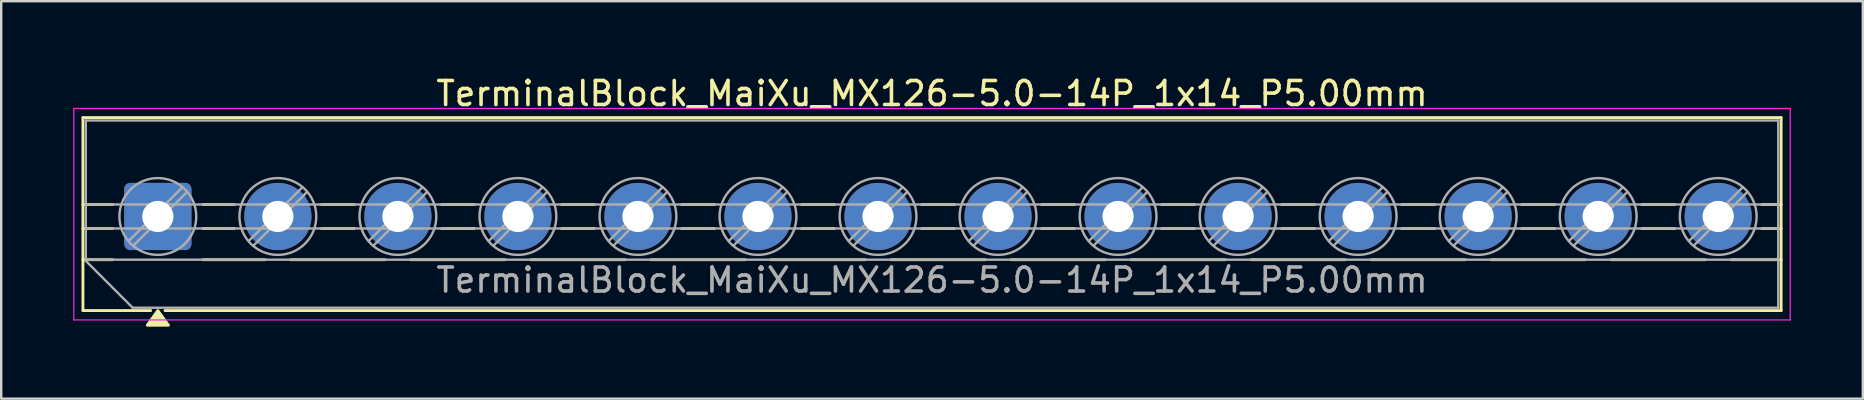
<source format=kicad_pcb>
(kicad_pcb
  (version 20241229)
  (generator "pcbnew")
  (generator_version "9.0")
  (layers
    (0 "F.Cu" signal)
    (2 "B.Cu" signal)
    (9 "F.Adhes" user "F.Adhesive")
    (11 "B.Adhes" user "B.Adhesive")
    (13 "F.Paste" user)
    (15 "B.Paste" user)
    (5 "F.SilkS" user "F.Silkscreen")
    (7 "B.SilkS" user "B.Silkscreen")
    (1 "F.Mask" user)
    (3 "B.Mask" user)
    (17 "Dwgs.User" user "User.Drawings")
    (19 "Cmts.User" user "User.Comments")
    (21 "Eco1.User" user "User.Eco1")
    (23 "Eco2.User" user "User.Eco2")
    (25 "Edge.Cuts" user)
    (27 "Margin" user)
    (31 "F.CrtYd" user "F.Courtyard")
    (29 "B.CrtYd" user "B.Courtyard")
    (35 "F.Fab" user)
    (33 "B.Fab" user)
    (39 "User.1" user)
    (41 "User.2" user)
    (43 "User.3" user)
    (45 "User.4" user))
  (footprint "TerminalBlock_MaiXu_MX126-5.0-14P_1x14_P5.00mm"
    (layer "F.Cu")
    (at 3.525 5.968)
    (property "Reference" "TerminalBlock_MaiXu_MX126-5.0-14P_1x14_P5.00mm" (at 32.25 -5.12 0) (layer "F.SilkS") (effects (font (size 1 1) (thickness 0.15))))
    (attr through_hole)
    (fp_line (start -3.12 -4.12) (end -3.12 3.92) (stroke (width 0.12) (type solid)) (layer "F.SilkS"))
    (fp_line (start -3.12 -4.12) (end 67.62 -4.12) (stroke (width 0.12) (type solid)) (layer "F.SilkS"))
    (fp_line (start -3.12 -0.5) (end -1.88 -0.5) (stroke (width 0.12) (type solid)) (layer "F.SilkS"))
    (fp_line (start -3.12 0.5) (end -1.88 0.5) (stroke (width 0.12) (type solid)) (layer "F.SilkS"))
    (fp_line (start -3.12 1.8) (end -1.88 1.8) (stroke (width 0.12) (type solid)) (layer "F.SilkS"))
    (fp_line (start -3.12 3.92) (end -0.3 3.92) (stroke (width 0.12) (type solid)) (layer "F.SilkS"))
    (fp_line (start 0.3 3.92) (end 67.62 3.92) (stroke (width 0.12) (type solid)) (layer "F.SilkS"))
    (fp_line (start 1.88 -0.5) (end 3.188 -0.5) (stroke (width 0.12) (type solid)) (layer "F.SilkS"))
    (fp_line (start 1.88 0.5) (end 3.188 0.5) (stroke (width 0.12) (type solid)) (layer "F.SilkS"))
    (fp_line (start 1.88 1.8) (end 4.457 1.8) (stroke (width 0.12) (type solid)) (layer "F.SilkS"))
    (fp_line (start 5.543 1.8) (end 9.457 1.8) (stroke (width 0.12) (type solid)) (layer "F.SilkS"))
    (fp_line (start 6.812 -0.5) (end 8.188 -0.5) (stroke (width 0.12) (type solid)) (layer "F.SilkS"))
    (fp_line (start 6.812 0.5) (end 8.188 0.5) (stroke (width 0.12) (type solid)) (layer "F.SilkS"))
    (fp_line (start 10.543 1.8) (end 14.457 1.8) (stroke (width 0.12) (type solid)) (layer "F.SilkS"))
    (fp_line (start 11.812 -0.5) (end 13.188 -0.5) (stroke (width 0.12) (type solid)) (layer "F.SilkS"))
    (fp_line (start 11.812 0.5) (end 13.188 0.5) (stroke (width 0.12) (type solid)) (layer "F.SilkS"))
    (fp_line (start 15.543 1.8) (end 19.457 1.8) (stroke (width 0.12) (type solid)) (layer "F.SilkS"))
    (fp_line (start 16.812 -0.5) (end 18.188 -0.5) (stroke (width 0.12) (type solid)) (layer "F.SilkS"))
    (fp_line (start 16.812 0.5) (end 18.188 0.5) (stroke (width 0.12) (type solid)) (layer "F.SilkS"))
    (fp_line (start 20.543 1.8) (end 24.457 1.8) (stroke (width 0.12) (type solid)) (layer "F.SilkS"))
    (fp_line (start 21.812 -0.5) (end 23.188 -0.5) (stroke (width 0.12) (type solid)) (layer "F.SilkS"))
    (fp_line (start 21.812 0.5) (end 23.188 0.5) (stroke (width 0.12) (type solid)) (layer "F.SilkS"))
    (fp_line (start 25.543 1.8) (end 29.457 1.8) (stroke (width 0.12) (type solid)) (layer "F.SilkS"))
    (fp_line (start 26.812 -0.5) (end 28.188 -0.5) (stroke (width 0.12) (type solid)) (layer "F.SilkS"))
    (fp_line (start 26.812 0.5) (end 28.188 0.5) (stroke (width 0.12) (type solid)) (layer "F.SilkS"))
    (fp_line (start 30.543 1.8) (end 34.457 1.8) (stroke (width 0.12) (type solid)) (layer "F.SilkS"))
    (fp_line (start 31.812 -0.5) (end 33.188 -0.5) (stroke (width 0.12) (type solid)) (layer "F.SilkS"))
    (fp_line (start 31.812 0.5) (end 33.188 0.5) (stroke (width 0.12) (type solid)) (layer "F.SilkS"))
    (fp_line (start 35.543 1.8) (end 39.457 1.8) (stroke (width 0.12) (type solid)) (layer "F.SilkS"))
    (fp_line (start 36.812 -0.5) (end 38.188 -0.5) (stroke (width 0.12) (type solid)) (layer "F.SilkS"))
    (fp_line (start 36.812 0.5) (end 38.188 0.5) (stroke (width 0.12) (type solid)) (layer "F.SilkS"))
    (fp_line (start 40.543 1.8) (end 44.457 1.8) (stroke (width 0.12) (type solid)) (layer "F.SilkS"))
    (fp_line (start 41.812 -0.5) (end 43.188 -0.5) (stroke (width 0.12) (type solid)) (layer "F.SilkS"))
    (fp_line (start 41.812 0.5) (end 43.188 0.5) (stroke (width 0.12) (type solid)) (layer "F.SilkS"))
    (fp_line (start 45.543 1.8) (end 49.457 1.8) (stroke (width 0.12) (type solid)) (layer "F.SilkS"))
    (fp_line (start 46.812 -0.5) (end 48.188 -0.5) (stroke (width 0.12) (type solid)) (layer "F.SilkS"))
    (fp_line (start 46.812 0.5) (end 48.188 0.5) (stroke (width 0.12) (type solid)) (layer "F.SilkS"))
    (fp_line (start 50.543 1.8) (end 54.457 1.8) (stroke (width 0.12) (type solid)) (layer "F.SilkS"))
    (fp_line (start 51.812 -0.5) (end 53.188 -0.5) (stroke (width 0.12) (type solid)) (layer "F.SilkS"))
    (fp_line (start 51.812 0.5) (end 53.188 0.5) (stroke (width 0.12) (type solid)) (layer "F.SilkS"))
    (fp_line (start 55.543 1.8) (end 59.457 1.8) (stroke (width 0.12) (type solid)) (layer "F.SilkS"))
    (fp_line (start 56.812 -0.5) (end 58.188 -0.5) (stroke (width 0.12) (type solid)) (layer "F.SilkS"))
    (fp_line (start 56.812 0.5) (end 58.188 0.5) (stroke (width 0.12) (type solid)) (layer "F.SilkS"))
    (fp_line (start 60.543 1.8) (end 64.457 1.8) (stroke (width 0.12) (type solid)) (layer "F.SilkS"))
    (fp_line (start 61.812 -0.5) (end 63.188 -0.5) (stroke (width 0.12) (type solid)) (layer "F.SilkS"))
    (fp_line (start 61.812 0.5) (end 63.188 0.5) (stroke (width 0.12) (type solid)) (layer "F.SilkS"))
    (fp_line (start 65.543 1.8) (end 67.62 1.8) (stroke (width 0.12) (type solid)) (layer "F.SilkS"))
    (fp_line (start 66.812 -0.5) (end 67.62 -0.5) (stroke (width 0.12) (type solid)) (layer "F.SilkS"))
    (fp_line (start 66.812 0.5) (end 67.62 0.5) (stroke (width 0.12) (type solid)) (layer "F.SilkS"))
    (fp_line (start 67.62 -4.12) (end 67.62 3.92) (stroke (width 0.12) (type solid)) (layer "F.SilkS"))
    (fp_poly (pts (xy 0 3.92) (xy 0.44 4.53) (xy -0.44 4.53)) (stroke (width 0.12) (type solid)) (fill yes) (layer "F.SilkS"))
    (fp_line (start -3.5 -4.5) (end -3.5 4.31) (stroke (width 0.05) (type solid)) (layer "F.CrtYd"))
    (fp_line (start -3.5 4.31) (end 68 4.31) (stroke (width 0.05) (type solid)) (layer "F.CrtYd"))
    (fp_line (start 68 -4.5) (end -3.5 -4.5) (stroke (width 0.05) (type solid)) (layer "F.CrtYd"))
    (fp_line (start 68 4.31) (end 68 -4.5) (stroke (width 0.05) (type solid)) (layer "F.CrtYd"))
    (fp_line (start -3 -4) (end 67.5 -4) (stroke (width 0.1) (type solid)) (layer "F.Fab"))
    (fp_line (start -3 -0.5) (end 67.5 -0.5) (stroke (width 0.1) (type solid)) (layer "F.Fab"))
    (fp_line (start -3 0.5) (end 67.5 0.5) (stroke (width 0.1) (type solid)) (layer "F.Fab"))
    (fp_line (start -3 1.8) (end 67.5 1.8) (stroke (width 0.1) (type solid)) (layer "F.Fab"))
    (fp_line (start -3 1.85) (end -3 -4) (stroke (width 0.1) (type solid)) (layer "F.Fab"))
    (fp_line (start -1.05 3.8) (end -3 1.85) (stroke (width 0.1) (type solid)) (layer "F.Fab"))
    (fp_line (start 1.018 -1.213) (end -1.213 1.018) (stroke (width 0.1) (type solid)) (layer "F.Fab"))
    (fp_line (start 1.213 -1.018) (end -1.018 1.213) (stroke (width 0.1) (type solid)) (layer "F.Fab"))
    (fp_line (start 6.018 -1.213) (end 3.787 1.018) (stroke (width 0.1) (type solid)) (layer "F.Fab"))
    (fp_line (start 6.213 -1.018) (end 3.982 1.213) (stroke (width 0.1) (type solid)) (layer "F.Fab"))
    (fp_line (start 11.018 -1.213) (end 8.787 1.018) (stroke (width 0.1) (type solid)) (layer "F.Fab"))
    (fp_line (start 11.213 -1.018) (end 8.982 1.213) (stroke (width 0.1) (type solid)) (layer "F.Fab"))
    (fp_line (start 16.018 -1.213) (end 13.787 1.018) (stroke (width 0.1) (type solid)) (layer "F.Fab"))
    (fp_line (start 16.213 -1.018) (end 13.982 1.213) (stroke (width 0.1) (type solid)) (layer "F.Fab"))
    (fp_line (start 21.018 -1.213) (end 18.787 1.018) (stroke (width 0.1) (type solid)) (layer "F.Fab"))
    (fp_line (start 21.213 -1.018) (end 18.982 1.213) (stroke (width 0.1) (type solid)) (layer "F.Fab"))
    (fp_line (start 26.018 -1.213) (end 23.787 1.018) (stroke (width 0.1) (type solid)) (layer "F.Fab"))
    (fp_line (start 26.213 -1.018) (end 23.982 1.213) (stroke (width 0.1) (type solid)) (layer "F.Fab"))
    (fp_line (start 31.018 -1.213) (end 28.787 1.018) (stroke (width 0.1) (type solid)) (layer "F.Fab"))
    (fp_line (start 31.213 -1.018) (end 28.982 1.213) (stroke (width 0.1) (type solid)) (layer "F.Fab"))
    (fp_line (start 36.018 -1.213) (end 33.787 1.018) (stroke (width 0.1) (type solid)) (layer "F.Fab"))
    (fp_line (start 36.213 -1.018) (end 33.982 1.213) (stroke (width 0.1) (type solid)) (layer "F.Fab"))
    (fp_line (start 41.018 -1.213) (end 38.787 1.018) (stroke (width 0.1) (type solid)) (layer "F.Fab"))
    (fp_line (start 41.213 -1.018) (end 38.982 1.213) (stroke (width 0.1) (type solid)) (layer "F.Fab"))
    (fp_line (start 46.018 -1.213) (end 43.787 1.018) (stroke (width 0.1) (type solid)) (layer "F.Fab"))
    (fp_line (start 46.213 -1.018) (end 43.982 1.213) (stroke (width 0.1) (type solid)) (layer "F.Fab"))
    (fp_line (start 51.018 -1.213) (end 48.787 1.018) (stroke (width 0.1) (type solid)) (layer "F.Fab"))
    (fp_line (start 51.213 -1.018) (end 48.982 1.213) (stroke (width 0.1) (type solid)) (layer "F.Fab"))
    (fp_line (start 56.018 -1.213) (end 53.787 1.018) (stroke (width 0.1) (type solid)) (layer "F.Fab"))
    (fp_line (start 56.213 -1.018) (end 53.982 1.213) (stroke (width 0.1) (type solid)) (layer "F.Fab"))
    (fp_line (start 61.018 -1.213) (end 58.787 1.018) (stroke (width 0.1) (type solid)) (layer "F.Fab"))
    (fp_line (start 61.213 -1.018) (end 58.982 1.213) (stroke (width 0.1) (type solid)) (layer "F.Fab"))
    (fp_line (start 66.018 -1.213) (end 63.787 1.018) (stroke (width 0.1) (type solid)) (layer "F.Fab"))
    (fp_line (start 66.213 -1.018) (end 63.982 1.213) (stroke (width 0.1) (type solid)) (layer "F.Fab"))
    (fp_line (start 67.5 -4) (end 67.5 3.8) (stroke (width 0.1) (type solid)) (layer "F.Fab"))
    (fp_line (start 67.5 3.8) (end -1.05 3.8) (stroke (width 0.1) (type solid)) (layer "F.Fab"))
    (fp_circle (center 0 0) (end 1.6 0) (stroke (width 0.1) (type solid)) (fill no) (layer "F.Fab"))
    (fp_circle (center 5 0) (end 6.6 0) (stroke (width 0.1) (type solid)) (fill no) (layer "F.Fab"))
    (fp_circle (center 10 0) (end 11.6 0) (stroke (width 0.1) (type solid)) (fill no) (layer "F.Fab"))
    (fp_circle (center 15 0) (end 16.6 0) (stroke (width 0.1) (type solid)) (fill no) (layer "F.Fab"))
    (fp_circle (center 20 0) (end 21.6 0) (stroke (width 0.1) (type solid)) (fill no) (layer "F.Fab"))
    (fp_circle (center 25 0) (end 26.6 0) (stroke (width 0.1) (type solid)) (fill no) (layer "F.Fab"))
    (fp_circle (center 30 0) (end 31.6 0) (stroke (width 0.1) (type solid)) (fill no) (layer "F.Fab"))
    (fp_circle (center 35 0) (end 36.6 0) (stroke (width 0.1) (type solid)) (fill no) (layer "F.Fab"))
    (fp_circle (center 40 0) (end 41.6 0) (stroke (width 0.1) (type solid)) (fill no) (layer "F.Fab"))
    (fp_circle (center 45 0) (end 46.6 0) (stroke (width 0.1) (type solid)) (fill no) (layer "F.Fab"))
    (fp_circle (center 50 0) (end 51.6 0) (stroke (width 0.1) (type solid)) (fill no) (layer "F.Fab"))
    (fp_circle (center 55 0) (end 56.6 0) (stroke (width 0.1) (type solid)) (fill no) (layer "F.Fab"))
    (fp_circle (center 60 0) (end 61.6 0) (stroke (width 0.1) (type solid)) (fill no) (layer "F.Fab"))
    (fp_circle (center 65 0) (end 66.6 0) (stroke (width 0.1) (type solid)) (fill no) (layer "F.Fab"))
    (fp_text user "${REFERENCE}" (at 32.25 2.65 0) (layer "F.Fab") (effects (font (size 1 1) (thickness 0.15))))
    (pad "1" thru_hole roundrect (at 0 0) (size 2.8 2.8) (drill 1.3) (layers "*.Cu" "*.Mask") (roundrect_rratio 0.089))
    (pad "2" thru_hole circle (at 5 0) (size 2.8 2.8) (drill 1.3) (layers "*.Cu" "*.Mask"))
    (pad "3" thru_hole circle (at 10 0) (size 2.8 2.8) (drill 1.3) (layers "*.Cu" "*.Mask"))
    (pad "4" thru_hole circle (at 15 0) (size 2.8 2.8) (drill 1.3) (layers "*.Cu" "*.Mask"))
    (pad "5" thru_hole circle (at 20 0) (size 2.8 2.8) (drill 1.3) (layers "*.Cu" "*.Mask"))
    (pad "6" thru_hole circle (at 25 0) (size 2.8 2.8) (drill 1.3) (layers "*.Cu" "*.Mask"))
    (pad "7" thru_hole circle (at 30 0) (size 2.8 2.8) (drill 1.3) (layers "*.Cu" "*.Mask"))
    (pad "8" thru_hole circle (at 35 0) (size 2.8 2.8) (drill 1.3) (layers "*.Cu" "*.Mask"))
    (pad "9" thru_hole circle (at 40 0) (size 2.8 2.8) (drill 1.3) (layers "*.Cu" "*.Mask"))
    (pad "10" thru_hole circle (at 45 0) (size 2.8 2.8) (drill 1.3) (layers "*.Cu" "*.Mask"))
    (pad "11" thru_hole circle (at 50 0) (size 2.8 2.8) (drill 1.3) (layers "*.Cu" "*.Mask"))
    (pad "12" thru_hole circle (at 55 0) (size 2.8 2.8) (drill 1.3) (layers "*.Cu" "*.Mask"))
    (pad "13" thru_hole circle (at 60 0) (size 2.8 2.8) (drill 1.3) (layers "*.Cu" "*.Mask"))
    (pad "14" thru_hole circle (at 65 0) (size 2.8 2.8) (drill 1.3) (layers "*.Cu" "*.Mask")))
  (gr_rect
    (start -3 -3)
    (end 74.55 13.558)
    (stroke (width 0.1) (type default))
    (fill no)
    (layer "Edge.Cuts")))
</source>
